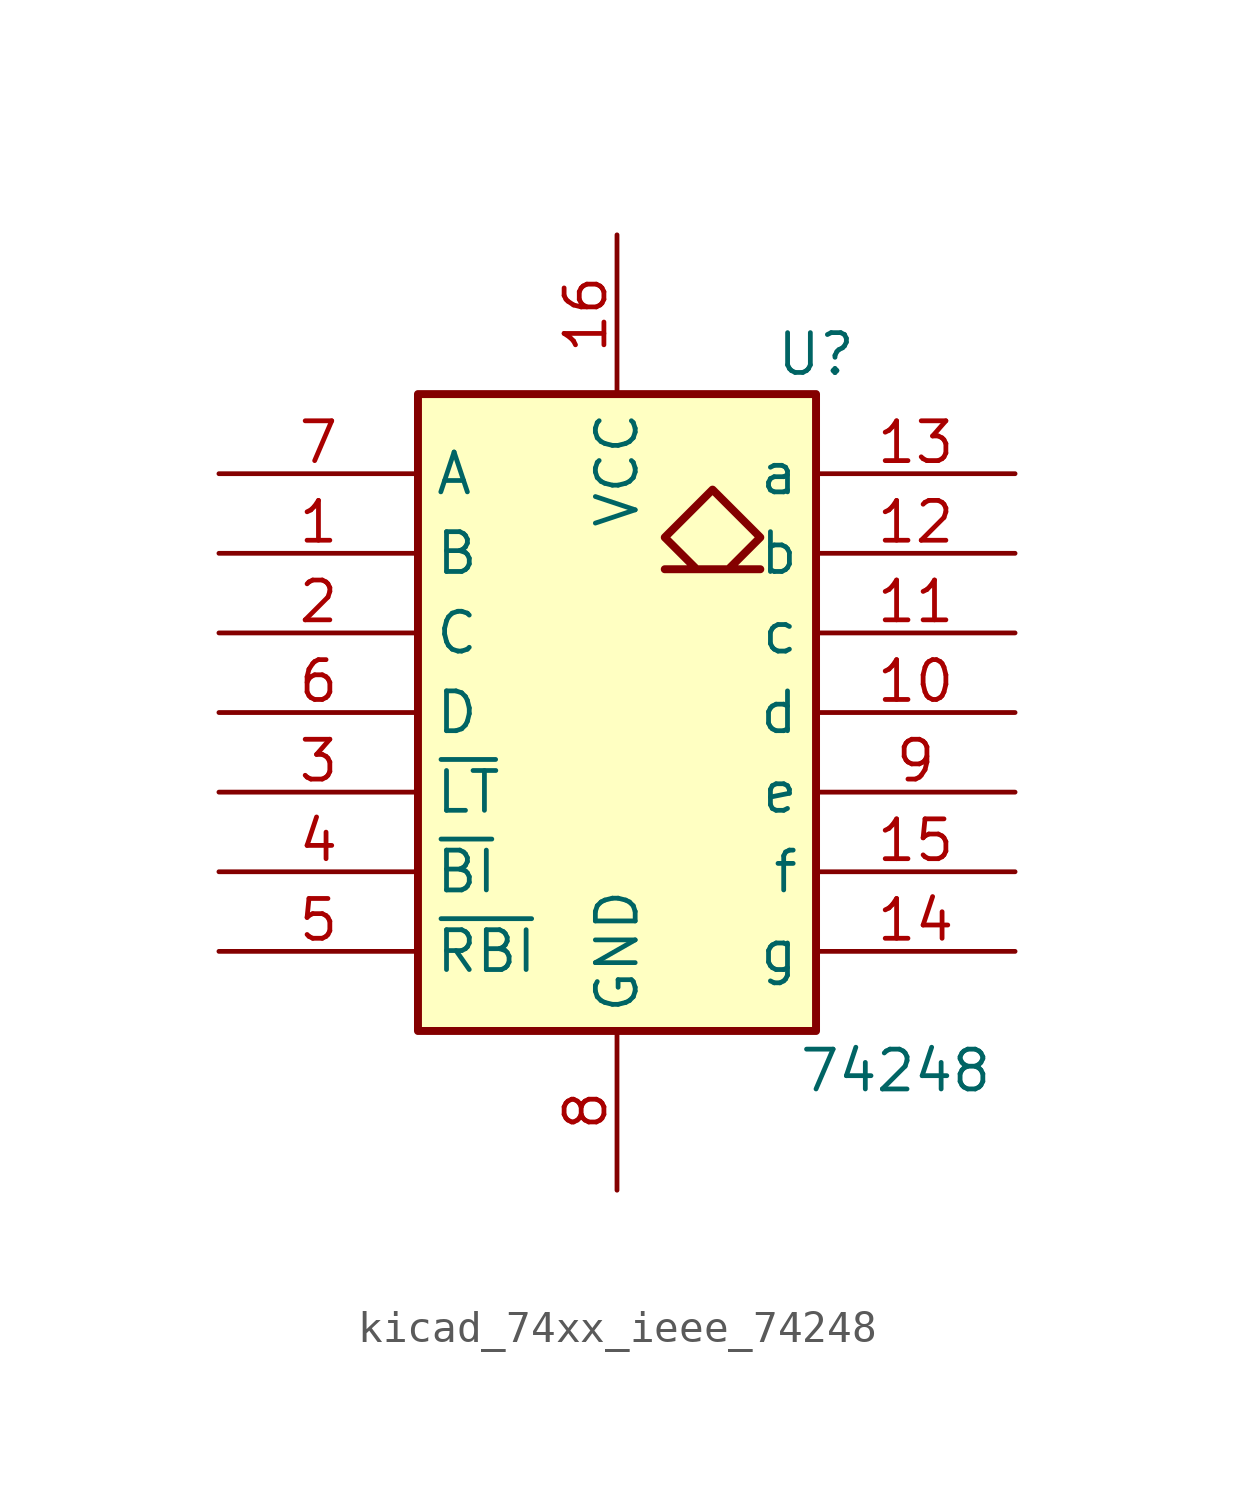
<source format=kicad_sym>
(kicad_symbol_lib
  (version 20220914)
  (generator kicad_symbol_editor)
  (symbol "kicad_74xx_ieee_74248"
    (property "Reference" "U"
      (at 6.35 11.43 0)
      (effects (font (size 1.27 1.27))))
    (property "Value" "74248"
      (at 8.89 -11.43 0)
      (effects (font (size 1.27 1.27))))
    (symbol "kicad_74xx_ieee_74248_0_0"
      (rectangle (start -6.35 10.16) (end 6.35 -10.16) (stroke (width 0.254) (type default)) (fill (type background)))
      (polyline (pts (xy 3.556 4.572) (xy 4.572 5.588) (xy 3.048 7.112) (xy 1.524 5.588) (xy 2.54 4.572) (xy 1.524 4.572) (xy 4.572 4.572) (xy 4.572 4.572)) (stroke (width 0.254) (type default)) (fill (type background)))
      (pin power_in line (at 0 15.24 270) (length 5.08) (name "VCC" (effects (font (size 1.27 1.27)))) (number "16" (effects (font (size 1.27 1.27)))))
      (pin power_in line (at 0 -15.24 90) (length 5.08) (name "GND" (effects (font (size 1.27 1.27)))) (number "8" (effects (font (size 1.27 1.27))))))
    (symbol "kicad_74xx_ieee_74248_1_1"
      (pin input line (at -12.7 5.08 0) (length 6.35) (name "B" (effects (font (size 1.27 1.27)))) (number "1" (effects (font (size 1.27 1.27)))))
      (pin open_collector line (at 12.7 0 180) (length 6.35) (name "d" (effects (font (size 1.27 1.27)))) (number "10" (effects (font (size 1.27 1.27)))))
      (pin open_collector line (at 12.7 2.54 180) (length 6.35) (name "c" (effects (font (size 1.27 1.27)))) (number "11" (effects (font (size 1.27 1.27)))))
      (pin open_collector line (at 12.7 5.08 180) (length 6.35) (name "b" (effects (font (size 1.27 1.27)))) (number "12" (effects (font (size 1.27 1.27)))))
      (pin open_collector line (at 12.7 7.62 180) (length 6.35) (name "a" (effects (font (size 1.27 1.27)))) (number "13" (effects (font (size 1.27 1.27)))))
      (pin open_collector line (at 12.7 -7.62 180) (length 6.35) (name "g" (effects (font (size 1.27 1.27)))) (number "14" (effects (font (size 1.27 1.27)))))
      (pin open_collector line (at 12.7 -5.08 180) (length 6.35) (name "f" (effects (font (size 1.27 1.27)))) (number "15" (effects (font (size 1.27 1.27)))))
      (pin input line (at -12.7 2.54 0) (length 6.35) (name "C" (effects (font (size 1.27 1.27)))) (number "2" (effects (font (size 1.27 1.27)))))
      (pin input line (at -12.7 -2.54 0) (length 6.35) (name "~{LT}" (effects (font (size 1.27 1.27)))) (number "3" (effects (font (size 1.27 1.27)))))
      (pin input line (at -12.7 -5.08 0) (length 6.35) (name "~{BI}" (effects (font (size 1.27 1.27)))) (number "4" (effects (font (size 1.27 1.27)))))
      (pin input line (at -12.7 -7.62 0) (length 6.35) (name "~{RBI}" (effects (font (size 1.27 1.27)))) (number "5" (effects (font (size 1.27 1.27)))))
      (pin input line (at -12.7 0 0) (length 6.35) (name "D" (effects (font (size 1.27 1.27)))) (number "6" (effects (font (size 1.27 1.27)))))
      (pin input line (at -12.7 7.62 0) (length 6.35) (name "A" (effects (font (size 1.27 1.27)))) (number "7" (effects (font (size 1.27 1.27)))))
      (pin open_collector line (at 12.7 -2.54 180) (length 6.35) (name "e" (effects (font (size 1.27 1.27)))) (number "9" (effects (font (size 1.27 1.27))))))))
</source>
